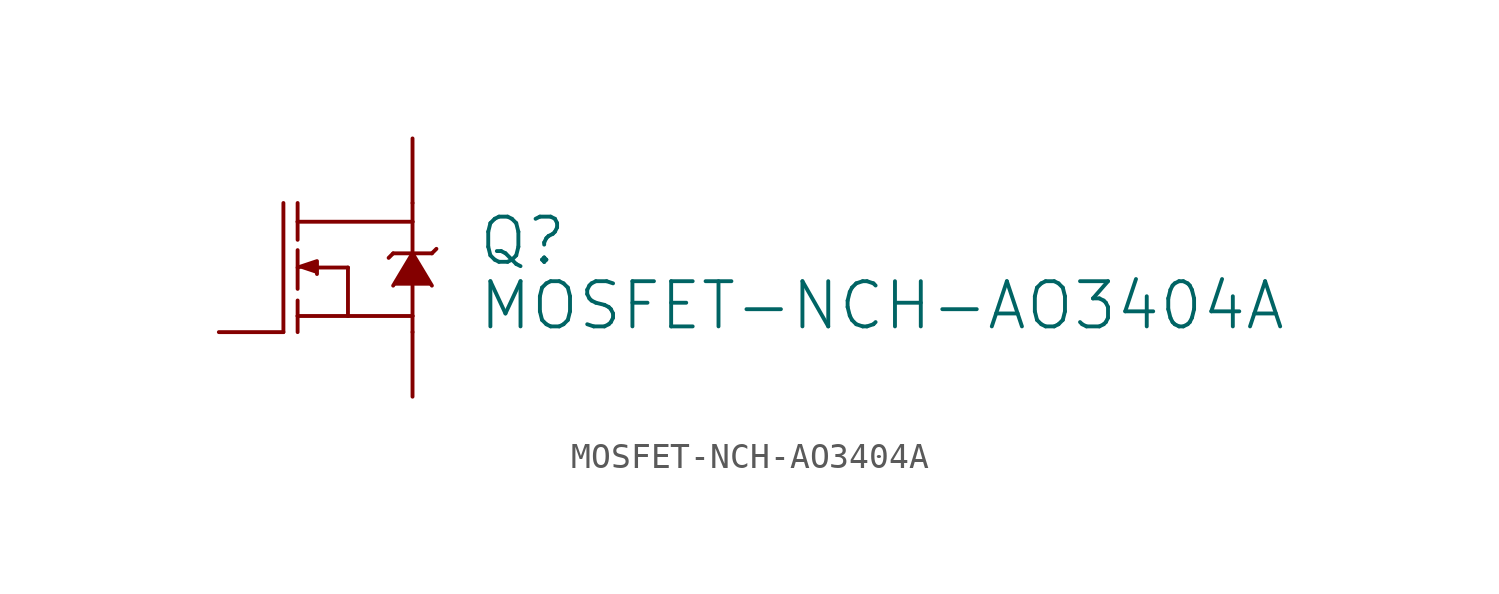
<source format=kicad_sym>
(kicad_symbol_lib
  (version 20211014)
  (generator kicad_symbol_editor)
  (symbol "MOSFET-NCH-AO3404A"
    (property "Reference" "Q"
      (at 5.08 0 0)
      (effects (font (size 1.778 1.778)) (justify left bottom)))
    (property "Value" "MOSFET-NCH-AO3404A"
      (at 5.08 -2.54 0)
      (effects (font (size 1.778 1.778)) (justify left bottom)))
    (property "ki_locked" ""
      (at 0 0 0)
      (effects (font (size 1.27 1.27))))
    (symbol "MOSFET-NCH-AO3404A_1_0"
      (polyline (pts (xy -2.54 -2.54) (xy -2.54 2.54)) (stroke (width 0.152) (type default) (color 0 0 0 0)) (fill (type none)))
      (polyline (pts (xy -1.981 -1.905) (xy -1.981 -2.54)) (stroke (width 0.152) (type default) (color 0 0 0 0)) (fill (type none)))
      (polyline (pts (xy -1.981 -1.905) (xy 0 -1.905)) (stroke (width 0.152) (type default) (color 0 0 0 0)) (fill (type none)))
      (polyline (pts (xy -1.981 -1.295) (xy -1.981 -1.905)) (stroke (width 0.152) (type default) (color 0 0 0 0)) (fill (type none)))
      (polyline (pts (xy -1.981 0.686) (xy -1.981 -0.838)) (stroke (width 0.152) (type default) (color 0 0 0 0)) (fill (type none)))
      (polyline (pts (xy -1.981 1.803) (xy -1.981 1.092)) (stroke (width 0.152) (type default) (color 0 0 0 0)) (fill (type none)))
      (polyline (pts (xy -1.981 1.803) (xy 2.54 1.803)) (stroke (width 0.152) (type default) (color 0 0 0 0)) (fill (type none)))
      (polyline (pts (xy -1.981 2.54) (xy -1.981 1.803)) (stroke (width 0.152) (type default) (color 0 0 0 0)) (fill (type none)))
      (polyline (pts (xy 0 -1.905) (xy 0 0)) (stroke (width 0.152) (type default) (color 0 0 0 0)) (fill (type none)))
      (polyline (pts (xy 0 0) (xy -1.219 0)) (stroke (width 0.152) (type default) (color 0 0 0 0)) (fill (type none)))
      (polyline (pts (xy 1.6 0.381) (xy 1.778 0.559)) (stroke (width 0.152) (type default) (color 0 0 0 0)) (fill (type none)))
      (polyline (pts (xy 2.54 -2.54) (xy 2.54 -1.905)) (stroke (width 0.152) (type default) (color 0 0 0 0)) (fill (type none)))
      (polyline (pts (xy 2.54 -1.905) (xy 0 -1.905)) (stroke (width 0.152) (type default) (color 0 0 0 0)) (fill (type none)))
      (polyline (pts (xy 2.54 -0.711) (xy 2.54 -1.905)) (stroke (width 0.152) (type default) (color 0 0 0 0)) (fill (type none)))
      (polyline (pts (xy 2.54 0.559) (xy 1.778 0.559)) (stroke (width 0.152) (type default) (color 0 0 0 0)) (fill (type none)))
      (polyline (pts (xy 2.54 0.559) (xy 3.302 0.559)) (stroke (width 0.152) (type default) (color 0 0 0 0)) (fill (type none)))
      (polyline (pts (xy 2.54 1.803) (xy 2.54 0.559)) (stroke (width 0.152) (type default) (color 0 0 0 0)) (fill (type none)))
      (polyline (pts (xy 2.54 2.54) (xy 2.54 1.803)) (stroke (width 0.152) (type default) (color 0 0 0 0)) (fill (type none)))
      (polyline (pts (xy 3.302 0.559) (xy 3.48 0.737)) (stroke (width 0.152) (type default) (color 0 0 0 0)) (fill (type none)))
      (polyline (pts (xy -1.981 0) (xy -1.219 0.254) (xy -1.219 -0.254)) (stroke (width 0) (type default) (color 0 0 0 0)) (fill (type outline)))
      (polyline (pts (xy 1.778 -0.711) (xy 2.54 0.559) (xy 3.302 -0.711)) (stroke (width 0) (type default) (color 0 0 0 0)) (fill (type outline)))
      (pin bidirectional line (at -5.08 -2.54 0) (length 2.54) (name "G" (effects (font (size 0 0)))) (number "1" (effects (font (size 0 0)))))
      (pin bidirectional line (at 2.54 -5.08 90) (length 2.54) (name "S" (effects (font (size 0 0)))) (number "2" (effects (font (size 0 0)))))
      (pin bidirectional line (at 2.54 5.08 270) (length 2.54) (name "D" (effects (font (size 0 0)))) (number "3" (effects (font (size 0 0))))))))
</source>
